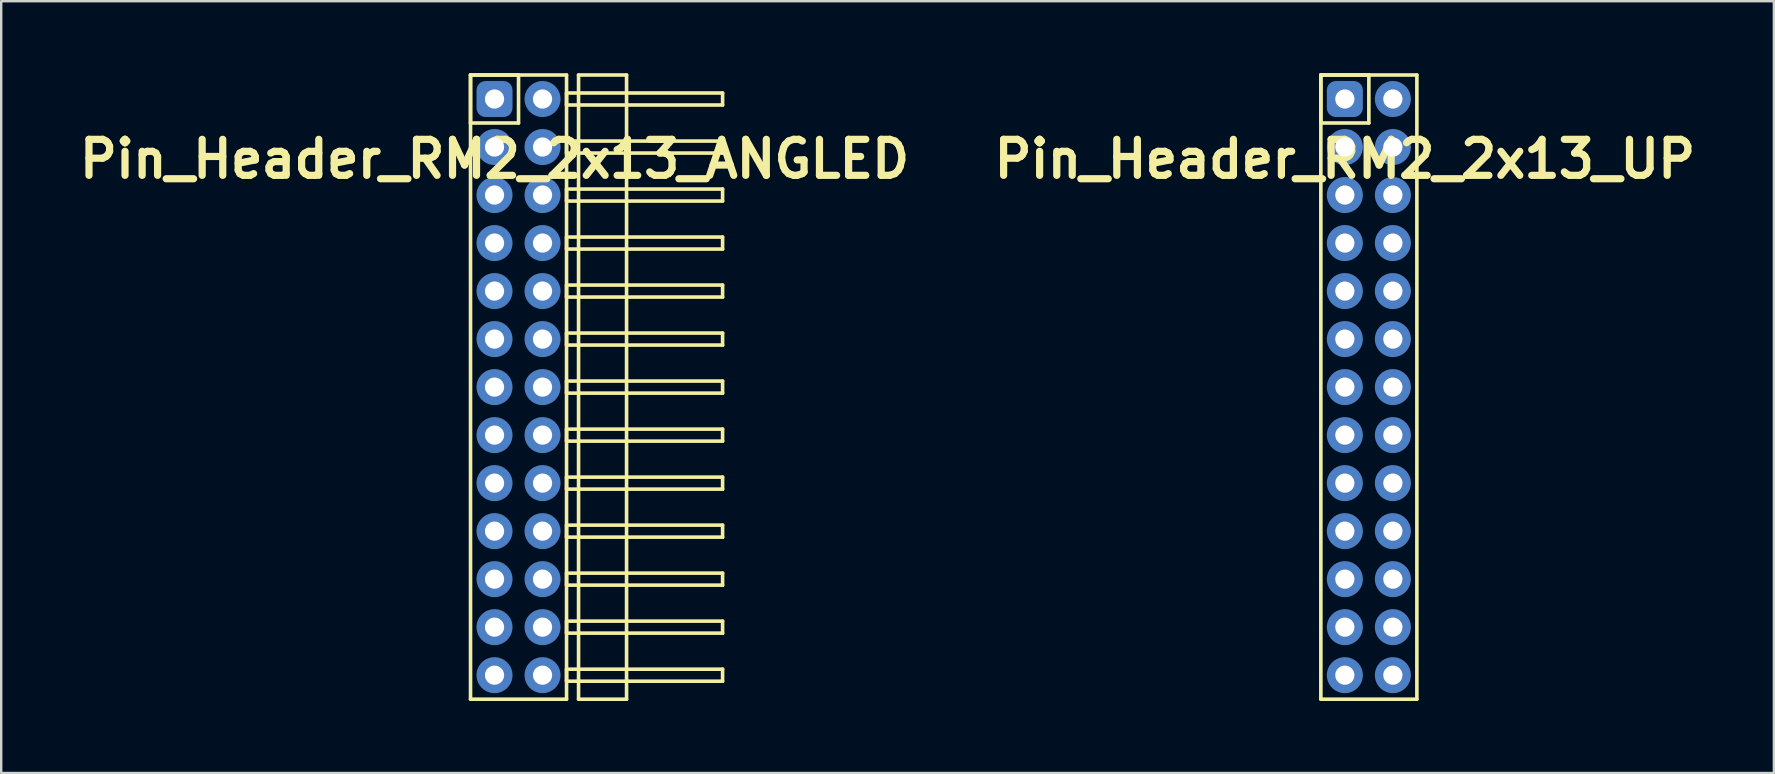
<source format=kicad_pcb>
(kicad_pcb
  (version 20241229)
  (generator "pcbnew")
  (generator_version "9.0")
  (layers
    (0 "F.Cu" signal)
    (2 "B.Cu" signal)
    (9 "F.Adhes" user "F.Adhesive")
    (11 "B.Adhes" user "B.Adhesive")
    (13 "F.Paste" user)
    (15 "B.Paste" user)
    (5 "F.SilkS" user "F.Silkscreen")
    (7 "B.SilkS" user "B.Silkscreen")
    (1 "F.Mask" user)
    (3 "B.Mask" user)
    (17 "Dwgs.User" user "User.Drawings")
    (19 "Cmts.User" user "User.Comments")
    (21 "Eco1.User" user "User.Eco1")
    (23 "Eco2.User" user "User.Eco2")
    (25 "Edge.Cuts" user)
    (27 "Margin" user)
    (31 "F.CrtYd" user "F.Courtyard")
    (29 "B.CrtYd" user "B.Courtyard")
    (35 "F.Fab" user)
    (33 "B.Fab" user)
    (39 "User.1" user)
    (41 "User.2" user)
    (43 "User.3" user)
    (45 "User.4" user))
  (footprint "Pin_Header_RM2_2x13_ANGLED"
    (layer "F.Cu")
    (at 17.55 1.075)
    (property "Reference" "Pin_Header_RM2_2x13_ANGLED" (at 0 2.5 0) (layer "F.SilkS") (effects (font (size 1.5 1.5) (thickness 0.3))))
    (attr through_hole)
    (fp_line (start -1 -1) (end 1 -1) (stroke (width 0.15) (type solid)) (layer "F.SilkS"))
    (fp_line (start -1 -1) (end 3 -1) (stroke (width 0.15) (type solid)) (layer "F.SilkS"))
    (fp_line (start -1 1) (end -1 -1) (stroke (width 0.15) (type solid)) (layer "F.SilkS"))
    (fp_line (start -1 25) (end -1 -1) (stroke (width 0.15) (type solid)) (layer "F.SilkS"))
    (fp_line (start 1 -1) (end 1 1) (stroke (width 0.15) (type solid)) (layer "F.SilkS"))
    (fp_line (start 1 1) (end -1 1) (stroke (width 0.15) (type solid)) (layer "F.SilkS"))
    (fp_line (start 3 -1) (end 3 25) (stroke (width 0.15) (type solid)) (layer "F.SilkS"))
    (fp_line (start 3 -0.25) (end 9.5 -0.25) (stroke (width 0.15) (type solid)) (layer "F.SilkS"))
    (fp_line (start 3 0.25) (end 3 -0.25) (stroke (width 0.15) (type solid)) (layer "F.SilkS"))
    (fp_line (start 3 1.75) (end 9.5 1.75) (stroke (width 0.15) (type solid)) (layer "F.SilkS"))
    (fp_line (start 3 2.25) (end 3 1.75) (stroke (width 0.15) (type solid)) (layer "F.SilkS"))
    (fp_line (start 3 3.75) (end 9.5 3.75) (stroke (width 0.15) (type solid)) (layer "F.SilkS"))
    (fp_line (start 3 4.25) (end 3 3.75) (stroke (width 0.15) (type solid)) (layer "F.SilkS"))
    (fp_line (start 3 5.75) (end 9.5 5.75) (stroke (width 0.15) (type solid)) (layer "F.SilkS"))
    (fp_line (start 3 6.25) (end 3 5.75) (stroke (width 0.15) (type solid)) (layer "F.SilkS"))
    (fp_line (start 3 7.75) (end 9.5 7.75) (stroke (width 0.15) (type solid)) (layer "F.SilkS"))
    (fp_line (start 3 8.25) (end 3 7.75) (stroke (width 0.15) (type solid)) (layer "F.SilkS"))
    (fp_line (start 3 9.75) (end 9.5 9.75) (stroke (width 0.15) (type solid)) (layer "F.SilkS"))
    (fp_line (start 3 10.25) (end 3 9.75) (stroke (width 0.15) (type solid)) (layer "F.SilkS"))
    (fp_line (start 3 11.75) (end 9.5 11.75) (stroke (width 0.15) (type solid)) (layer "F.SilkS"))
    (fp_line (start 3 12.25) (end 3 11.75) (stroke (width 0.15) (type solid)) (layer "F.SilkS"))
    (fp_line (start 3 13.75) (end 9.5 13.75) (stroke (width 0.15) (type solid)) (layer "F.SilkS"))
    (fp_line (start 3 14.25) (end 3 13.75) (stroke (width 0.15) (type solid)) (layer "F.SilkS"))
    (fp_line (start 3 15.75) (end 9.5 15.75) (stroke (width 0.15) (type solid)) (layer "F.SilkS"))
    (fp_line (start 3 16.25) (end 3 15.75) (stroke (width 0.15) (type solid)) (layer "F.SilkS"))
    (fp_line (start 3 17.75) (end 9.5 17.75) (stroke (width 0.15) (type solid)) (layer "F.SilkS"))
    (fp_line (start 3 18.25) (end 3 17.75) (stroke (width 0.15) (type solid)) (layer "F.SilkS"))
    (fp_line (start 3 19.75) (end 9.5 19.75) (stroke (width 0.15) (type solid)) (layer "F.SilkS"))
    (fp_line (start 3 20.25) (end 3 19.75) (stroke (width 0.15) (type solid)) (layer "F.SilkS"))
    (fp_line (start 3 21.75) (end 9.5 21.75) (stroke (width 0.15) (type solid)) (layer "F.SilkS"))
    (fp_line (start 3 22.25) (end 3 21.75) (stroke (width 0.15) (type solid)) (layer "F.SilkS"))
    (fp_line (start 3 23.75) (end 9.5 23.75) (stroke (width 0.15) (type solid)) (layer "F.SilkS"))
    (fp_line (start 3 24.25) (end 3 23.75) (stroke (width 0.15) (type solid)) (layer "F.SilkS"))
    (fp_line (start 3 25) (end -1 25) (stroke (width 0.15) (type solid)) (layer "F.SilkS"))
    (fp_line (start 3.5 -1) (end 5.5 -1) (stroke (width 0.15) (type solid)) (layer "F.SilkS"))
    (fp_line (start 3.5 25) (end 3.5 -1) (stroke (width 0.15) (type solid)) (layer "F.SilkS"))
    (fp_line (start 5.5 -1) (end 5.5 25) (stroke (width 0.15) (type solid)) (layer "F.SilkS"))
    (fp_line (start 5.5 25) (end 3.5 25) (stroke (width 0.15) (type solid)) (layer "F.SilkS"))
    (fp_line (start 9.5 -0.25) (end 9.5 0.25) (stroke (width 0.15) (type solid)) (layer "F.SilkS"))
    (fp_line (start 9.5 0.25) (end 3 0.25) (stroke (width 0.15) (type solid)) (layer "F.SilkS"))
    (fp_line (start 9.5 1.75) (end 9.5 2.25) (stroke (width 0.15) (type solid)) (layer "F.SilkS"))
    (fp_line (start 9.5 2.25) (end 3 2.25) (stroke (width 0.15) (type solid)) (layer "F.SilkS"))
    (fp_line (start 9.5 3.75) (end 9.5 4.25) (stroke (width 0.15) (type solid)) (layer "F.SilkS"))
    (fp_line (start 9.5 4.25) (end 3 4.25) (stroke (width 0.15) (type solid)) (layer "F.SilkS"))
    (fp_line (start 9.5 5.75) (end 9.5 6.25) (stroke (width 0.15) (type solid)) (layer "F.SilkS"))
    (fp_line (start 9.5 6.25) (end 3 6.25) (stroke (width 0.15) (type solid)) (layer "F.SilkS"))
    (fp_line (start 9.5 7.75) (end 9.5 8.25) (stroke (width 0.15) (type solid)) (layer "F.SilkS"))
    (fp_line (start 9.5 8.25) (end 3 8.25) (stroke (width 0.15) (type solid)) (layer "F.SilkS"))
    (fp_line (start 9.5 9.75) (end 9.5 10.25) (stroke (width 0.15) (type solid)) (layer "F.SilkS"))
    (fp_line (start 9.5 10.25) (end 3 10.25) (stroke (width 0.15) (type solid)) (layer "F.SilkS"))
    (fp_line (start 9.5 11.75) (end 9.5 12.25) (stroke (width 0.15) (type solid)) (layer "F.SilkS"))
    (fp_line (start 9.5 12.25) (end 3 12.25) (stroke (width 0.15) (type solid)) (layer "F.SilkS"))
    (fp_line (start 9.5 13.75) (end 9.5 14.25) (stroke (width 0.15) (type solid)) (layer "F.SilkS"))
    (fp_line (start 9.5 14.25) (end 3 14.25) (stroke (width 0.15) (type solid)) (layer "F.SilkS"))
    (fp_line (start 9.5 15.75) (end 9.5 16.25) (stroke (width 0.15) (type solid)) (layer "F.SilkS"))
    (fp_line (start 9.5 16.25) (end 3 16.25) (stroke (width 0.15) (type solid)) (layer "F.SilkS"))
    (fp_line (start 9.5 17.75) (end 9.5 18.25) (stroke (width 0.15) (type solid)) (layer "F.SilkS"))
    (fp_line (start 9.5 18.25) (end 3 18.25) (stroke (width 0.15) (type solid)) (layer "F.SilkS"))
    (fp_line (start 9.5 19.75) (end 9.5 20.25) (stroke (width 0.15) (type solid)) (layer "F.SilkS"))
    (fp_line (start 9.5 20.25) (end 3 20.25) (stroke (width 0.15) (type solid)) (layer "F.SilkS"))
    (fp_line (start 9.5 21.75) (end 9.5 22.25) (stroke (width 0.15) (type solid)) (layer "F.SilkS"))
    (fp_line (start 9.5 22.25) (end 3 22.25) (stroke (width 0.15) (type solid)) (layer "F.SilkS"))
    (fp_line (start 9.5 23.75) (end 9.5 24.25) (stroke (width 0.15) (type solid)) (layer "F.SilkS"))
    (fp_line (start 9.5 24.25) (end 3 24.25) (stroke (width 0.15) (type solid)) (layer "F.SilkS"))
    (pad "1" thru_hole circle (at 0 0) (size 1.1 1.1) (drill 0.8) (layers "*.Cu" "*.Mask"))
    (pad "1" smd roundrect (at 0 0) (size 1.25 1.25) (layers "F.Cu" "F.Mask") (roundrect_rratio 0.25))
    (pad "1" smd roundrect (at 0 0) (size 1.5 1.5) (layers "B.Cu" "B.Mask") (roundrect_rratio 0.25))
    (pad "2" thru_hole circle (at 2 0) (size 1.1 1.1) (drill 0.8) (layers "*.Cu" "*.Mask"))
    (pad "2" smd circle (at 2 0) (size 1.25 1.25) (layers "F.Cu" "F.Mask"))
    (pad "2" smd circle (at 2 0) (size 1.5 1.5) (layers "B.Cu" "B.Mask"))
    (pad "3" thru_hole circle (at 0 2) (size 1.1 1.1) (drill 0.8) (layers "*.Cu" "*.Mask"))
    (pad "3" smd circle (at 0 2) (size 1.25 1.25) (layers "F.Cu" "F.Mask"))
    (pad "3" smd circle (at 0 2) (size 1.5 1.5) (layers "B.Cu" "B.Mask"))
    (pad "4" thru_hole circle (at 2 2) (size 1.1 1.1) (drill 0.8) (layers "*.Cu" "*.Mask"))
    (pad "4" smd circle (at 2 2) (size 1.25 1.25) (layers "F.Cu" "F.Mask"))
    (pad "4" smd circle (at 2 2) (size 1.5 1.5) (layers "B.Cu" "B.Mask"))
    (pad "5" thru_hole circle (at 0 4) (size 1.1 1.1) (drill 0.8) (layers "*.Cu" "*.Mask"))
    (pad "5" smd circle (at 0 4) (size 1.25 1.25) (layers "F.Cu" "F.Mask"))
    (pad "5" smd circle (at 0 4) (size 1.5 1.5) (layers "B.Cu" "B.Mask"))
    (pad "6" thru_hole circle (at 2 4) (size 1.1 1.1) (drill 0.8) (layers "*.Cu" "*.Mask"))
    (pad "6" smd circle (at 2 4) (size 1.25 1.25) (layers "F.Cu" "F.Mask"))
    (pad "6" smd circle (at 2 4) (size 1.5 1.5) (layers "B.Cu" "B.Mask"))
    (pad "7" thru_hole circle (at 0 6) (size 1.1 1.1) (drill 0.8) (layers "*.Cu" "*.Mask"))
    (pad "7" smd circle (at 0 6) (size 1.25 1.25) (layers "F.Cu" "F.Mask"))
    (pad "7" smd circle (at 0 6) (size 1.5 1.5) (layers "B.Cu" "B.Mask"))
    (pad "8" thru_hole circle (at 2 6) (size 1.1 1.1) (drill 0.8) (layers "*.Cu" "*.Mask"))
    (pad "8" smd circle (at 2 6) (size 1.25 1.25) (layers "F.Cu" "F.Mask"))
    (pad "8" smd circle (at 2 6) (size 1.5 1.5) (layers "B.Cu" "B.Mask"))
    (pad "9" thru_hole circle (at 0 8) (size 1.1 1.1) (drill 0.8) (layers "*.Cu" "*.Mask"))
    (pad "9" smd circle (at 0 8) (size 1.25 1.25) (layers "F.Cu" "F.Mask"))
    (pad "9" smd circle (at 0 8) (size 1.5 1.5) (layers "B.Cu" "B.Mask"))
    (pad "10" thru_hole circle (at 2 8) (size 1.1 1.1) (drill 0.8) (layers "*.Cu" "*.Mask"))
    (pad "10" smd circle (at 2 8) (size 1.25 1.25) (layers "F.Cu" "F.Mask"))
    (pad "10" smd circle (at 2 8) (size 1.5 1.5) (layers "B.Cu" "B.Mask"))
    (pad "11" thru_hole circle (at 0 10) (size 1.1 1.1) (drill 0.8) (layers "*.Cu" "*.Mask"))
    (pad "11" smd circle (at 0 10) (size 1.25 1.25) (layers "F.Cu" "F.Mask"))
    (pad "11" smd circle (at 0 10) (size 1.5 1.5) (layers "B.Cu" "B.Mask"))
    (pad "12" thru_hole circle (at 2 10) (size 1.1 1.1) (drill 0.8) (layers "*.Cu" "*.Mask"))
    (pad "12" smd circle (at 2 10) (size 1.25 1.25) (layers "F.Cu" "F.Mask"))
    (pad "12" smd circle (at 2 10) (size 1.5 1.5) (layers "B.Cu" "B.Mask"))
    (pad "13" thru_hole circle (at 0 12) (size 1.1 1.1) (drill 0.8) (layers "*.Cu" "*.Mask"))
    (pad "13" smd circle (at 0 12) (size 1.25 1.25) (layers "F.Cu" "F.Mask"))
    (pad "13" smd circle (at 0 12) (size 1.5 1.5) (layers "B.Cu" "B.Mask"))
    (pad "14" thru_hole circle (at 2 12) (size 1.1 1.1) (drill 0.8) (layers "*.Cu" "*.Mask"))
    (pad "14" smd circle (at 2 12) (size 1.25 1.25) (layers "F.Cu" "F.Mask"))
    (pad "14" smd circle (at 2 12) (size 1.5 1.5) (layers "B.Cu" "B.Mask"))
    (pad "15" thru_hole circle (at 0 14) (size 1.1 1.1) (drill 0.8) (layers "*.Cu" "*.Mask"))
    (pad "15" smd circle (at 0 14) (size 1.25 1.25) (layers "F.Cu" "F.Mask"))
    (pad "15" smd circle (at 0 14) (size 1.5 1.5) (layers "B.Cu" "B.Mask"))
    (pad "16" thru_hole circle (at 2 14) (size 1.1 1.1) (drill 0.8) (layers "*.Cu" "*.Mask"))
    (pad "16" smd circle (at 2 14) (size 1.25 1.25) (layers "F.Cu" "F.Mask"))
    (pad "16" smd circle (at 2 14) (size 1.5 1.5) (layers "B.Cu" "B.Mask"))
    (pad "17" thru_hole circle (at 0 16) (size 1.1 1.1) (drill 0.8) (layers "*.Cu" "*.Mask"))
    (pad "17" smd circle (at 0 16) (size 1.25 1.25) (layers "F.Cu" "F.Mask"))
    (pad "17" smd circle (at 0 16) (size 1.5 1.5) (layers "B.Cu" "B.Mask"))
    (pad "18" thru_hole circle (at 2 16) (size 1.1 1.1) (drill 0.8) (layers "*.Cu" "*.Mask"))
    (pad "18" smd circle (at 2 16) (size 1.25 1.25) (layers "F.Cu" "F.Mask"))
    (pad "18" smd circle (at 2 16) (size 1.5 1.5) (layers "B.Cu" "B.Mask"))
    (pad "19" thru_hole circle (at 0 18) (size 1.1 1.1) (drill 0.8) (layers "*.Cu" "*.Mask"))
    (pad "19" smd circle (at 0 18) (size 1.25 1.25) (layers "F.Cu" "F.Mask"))
    (pad "19" smd circle (at 0 18) (size 1.5 1.5) (layers "B.Cu" "B.Mask"))
    (pad "20" thru_hole circle (at 2 18) (size 1.1 1.1) (drill 0.8) (layers "*.Cu" "*.Mask"))
    (pad "20" smd circle (at 2 18) (size 1.25 1.25) (layers "F.Cu" "F.Mask"))
    (pad "20" smd circle (at 2 18) (size 1.5 1.5) (layers "B.Cu" "B.Mask"))
    (pad "21" thru_hole circle (at 0 20) (size 1.1 1.1) (drill 0.8) (layers "*.Cu" "*.Mask"))
    (pad "21" smd circle (at 0 20) (size 1.25 1.25) (layers "F.Cu" "F.Mask"))
    (pad "21" smd circle (at 0 20) (size 1.5 1.5) (layers "B.Cu" "B.Mask"))
    (pad "22" thru_hole circle (at 2 20) (size 1.1 1.1) (drill 0.8) (layers "*.Cu" "*.Mask"))
    (pad "22" smd circle (at 2 20) (size 1.25 1.25) (layers "F.Cu" "F.Mask"))
    (pad "22" smd circle (at 2 20) (size 1.5 1.5) (layers "B.Cu" "B.Mask"))
    (pad "23" thru_hole circle (at 0 22) (size 1.1 1.1) (drill 0.8) (layers "*.Cu" "*.Mask"))
    (pad "23" smd circle (at 0 22) (size 1.25 1.25) (layers "F.Cu" "F.Mask"))
    (pad "23" smd circle (at 0 22) (size 1.5 1.5) (layers "B.Cu" "B.Mask"))
    (pad "24" thru_hole circle (at 2 22) (size 1.1 1.1) (drill 0.8) (layers "*.Cu" "*.Mask"))
    (pad "24" smd circle (at 2 22) (size 1.25 1.25) (layers "F.Cu" "F.Mask"))
    (pad "24" smd circle (at 2 22) (size 1.5 1.5) (layers "B.Cu" "B.Mask"))
    (pad "25" thru_hole circle (at 0 24) (size 1.1 1.1) (drill 0.8) (layers "*.Cu" "*.Mask"))
    (pad "25" smd circle (at 0 24) (size 1.25 1.25) (layers "F.Cu" "F.Mask"))
    (pad "25" smd circle (at 0 24) (size 1.5 1.5) (layers "B.Cu" "B.Mask"))
    (pad "26" thru_hole circle (at 2 24) (size 1.1 1.1) (drill 0.8) (layers "*.Cu" "*.Mask"))
    (pad "26" smd circle (at 2 24) (size 1.25 1.25) (layers "F.Cu" "F.Mask"))
    (pad "26" smd circle (at 2 24) (size 1.5 1.5) (layers "B.Cu" "B.Mask")))
  (footprint "Pin_Header_RM2_2x13_UP"
    (layer "F.Cu")
    (at 52.971 1.075)
    (property "Reference" "Pin_Header_RM2_2x13_UP" (at 0 2.5 0) (layer "F.SilkS") (effects (font (size 1.5 1.5) (thickness 0.3))))
    (attr through_hole)
    (fp_line (start -1 -1) (end 1 -1) (stroke (width 0.15) (type solid)) (layer "F.SilkS"))
    (fp_line (start -1 -1) (end 3 -1) (stroke (width 0.15) (type solid)) (layer "F.SilkS"))
    (fp_line (start -1 1) (end -1 -1) (stroke (width 0.15) (type solid)) (layer "F.SilkS"))
    (fp_line (start -1 25) (end -1 -1) (stroke (width 0.15) (type solid)) (layer "F.SilkS"))
    (fp_line (start 1 -1) (end 1 1) (stroke (width 0.15) (type solid)) (layer "F.SilkS"))
    (fp_line (start 1 1) (end -1 1) (stroke (width 0.15) (type solid)) (layer "F.SilkS"))
    (fp_line (start 3 -1) (end 3 25) (stroke (width 0.15) (type solid)) (layer "F.SilkS"))
    (fp_line (start 3 25) (end -1 25) (stroke (width 0.15) (type solid)) (layer "F.SilkS"))
    (pad "1" thru_hole circle (at 0 0) (size 1.1 1.1) (drill 0.8) (layers "*.Cu" "*.Mask"))
    (pad "1" smd roundrect (at 0 0) (size 1.25 1.25) (layers "F.Cu" "F.Mask") (roundrect_rratio 0.25))
    (pad "1" smd roundrect (at 0 0) (size 1.5 1.5) (layers "B.Cu" "B.Mask") (roundrect_rratio 0.25))
    (pad "2" thru_hole circle (at 2 0) (size 1.1 1.1) (drill 0.8) (layers "*.Cu" "*.Mask"))
    (pad "2" smd circle (at 2 0) (size 1.25 1.25) (layers "F.Cu" "F.Mask"))
    (pad "2" smd circle (at 2 0) (size 1.5 1.5) (layers "B.Cu" "B.Mask"))
    (pad "3" thru_hole circle (at 0 2) (size 1.1 1.1) (drill 0.8) (layers "*.Cu" "*.Mask"))
    (pad "3" smd circle (at 0 2) (size 1.25 1.25) (layers "F.Cu" "F.Mask"))
    (pad "3" smd circle (at 0 2) (size 1.5 1.5) (layers "B.Cu" "B.Mask"))
    (pad "4" thru_hole circle (at 2 2) (size 1.1 1.1) (drill 0.8) (layers "*.Cu" "*.Mask"))
    (pad "4" smd circle (at 2 2) (size 1.25 1.25) (layers "F.Cu" "F.Mask"))
    (pad "4" smd circle (at 2 2) (size 1.5 1.5) (layers "B.Cu" "B.Mask"))
    (pad "5" thru_hole circle (at 0 4) (size 1.1 1.1) (drill 0.8) (layers "*.Cu" "*.Mask"))
    (pad "5" smd circle (at 0 4) (size 1.25 1.25) (layers "F.Cu" "F.Mask"))
    (pad "5" smd circle (at 0 4) (size 1.5 1.5) (layers "B.Cu" "B.Mask"))
    (pad "6" thru_hole circle (at 2 4) (size 1.1 1.1) (drill 0.8) (layers "*.Cu" "*.Mask"))
    (pad "6" smd circle (at 2 4) (size 1.25 1.25) (layers "F.Cu" "F.Mask"))
    (pad "6" smd circle (at 2 4) (size 1.5 1.5) (layers "B.Cu" "B.Mask"))
    (pad "7" thru_hole circle (at 0 6) (size 1.1 1.1) (drill 0.8) (layers "*.Cu" "*.Mask"))
    (pad "7" smd circle (at 0 6) (size 1.25 1.25) (layers "F.Cu" "F.Mask"))
    (pad "7" smd circle (at 0 6) (size 1.5 1.5) (layers "B.Cu" "B.Mask"))
    (pad "8" thru_hole circle (at 2 6) (size 1.1 1.1) (drill 0.8) (layers "*.Cu" "*.Mask"))
    (pad "8" smd circle (at 2 6) (size 1.25 1.25) (layers "F.Cu" "F.Mask"))
    (pad "8" smd circle (at 2 6) (size 1.5 1.5) (layers "B.Cu" "B.Mask"))
    (pad "9" thru_hole circle (at 0 8) (size 1.1 1.1) (drill 0.8) (layers "*.Cu" "*.Mask"))
    (pad "9" smd circle (at 0 8) (size 1.25 1.25) (layers "F.Cu" "F.Mask"))
    (pad "9" smd circle (at 0 8) (size 1.5 1.5) (layers "B.Cu" "B.Mask"))
    (pad "10" thru_hole circle (at 2 8) (size 1.1 1.1) (drill 0.8) (layers "*.Cu" "*.Mask"))
    (pad "10" smd circle (at 2 8) (size 1.25 1.25) (layers "F.Cu" "F.Mask"))
    (pad "10" smd circle (at 2 8) (size 1.5 1.5) (layers "B.Cu" "B.Mask"))
    (pad "11" thru_hole circle (at 0 10) (size 1.1 1.1) (drill 0.8) (layers "*.Cu" "*.Mask"))
    (pad "11" smd circle (at 0 10) (size 1.25 1.25) (layers "F.Cu" "F.Mask"))
    (pad "11" smd circle (at 0 10) (size 1.5 1.5) (layers "B.Cu" "B.Mask"))
    (pad "12" thru_hole circle (at 2 10) (size 1.1 1.1) (drill 0.8) (layers "*.Cu" "*.Mask"))
    (pad "12" smd circle (at 2 10) (size 1.25 1.25) (layers "F.Cu" "F.Mask"))
    (pad "12" smd circle (at 2 10) (size 1.5 1.5) (layers "B.Cu" "B.Mask"))
    (pad "13" thru_hole circle (at 0 12) (size 1.1 1.1) (drill 0.8) (layers "*.Cu" "*.Mask"))
    (pad "13" smd circle (at 0 12) (size 1.25 1.25) (layers "F.Cu" "F.Mask"))
    (pad "13" smd circle (at 0 12) (size 1.5 1.5) (layers "B.Cu" "B.Mask"))
    (pad "14" thru_hole circle (at 2 12) (size 1.1 1.1) (drill 0.8) (layers "*.Cu" "*.Mask"))
    (pad "14" smd circle (at 2 12) (size 1.25 1.25) (layers "F.Cu" "F.Mask"))
    (pad "14" smd circle (at 2 12) (size 1.5 1.5) (layers "B.Cu" "B.Mask"))
    (pad "15" thru_hole circle (at 0 14) (size 1.1 1.1) (drill 0.8) (layers "*.Cu" "*.Mask"))
    (pad "15" smd circle (at 0 14) (size 1.25 1.25) (layers "F.Cu" "F.Mask"))
    (pad "15" smd circle (at 0 14) (size 1.5 1.5) (layers "B.Cu" "B.Mask"))
    (pad "16" thru_hole circle (at 2 14) (size 1.1 1.1) (drill 0.8) (layers "*.Cu" "*.Mask"))
    (pad "16" smd circle (at 2 14) (size 1.25 1.25) (layers "F.Cu" "F.Mask"))
    (pad "16" smd circle (at 2 14) (size 1.5 1.5) (layers "B.Cu" "B.Mask"))
    (pad "17" thru_hole circle (at 0 16) (size 1.1 1.1) (drill 0.8) (layers "*.Cu" "*.Mask"))
    (pad "17" smd circle (at 0 16) (size 1.25 1.25) (layers "F.Cu" "F.Mask"))
    (pad "17" smd circle (at 0 16) (size 1.5 1.5) (layers "B.Cu" "B.Mask"))
    (pad "18" thru_hole circle (at 2 16) (size 1.1 1.1) (drill 0.8) (layers "*.Cu" "*.Mask"))
    (pad "18" smd circle (at 2 16) (size 1.25 1.25) (layers "F.Cu" "F.Mask"))
    (pad "18" smd circle (at 2 16) (size 1.5 1.5) (layers "B.Cu" "B.Mask"))
    (pad "19" thru_hole circle (at 0 18) (size 1.1 1.1) (drill 0.8) (layers "*.Cu" "*.Mask"))
    (pad "19" smd circle (at 0 18) (size 1.25 1.25) (layers "F.Cu" "F.Mask"))
    (pad "19" smd circle (at 0 18) (size 1.5 1.5) (layers "B.Cu" "B.Mask"))
    (pad "20" thru_hole circle (at 2 18) (size 1.1 1.1) (drill 0.8) (layers "*.Cu" "*.Mask"))
    (pad "20" smd circle (at 2 18) (size 1.25 1.25) (layers "F.Cu" "F.Mask"))
    (pad "20" smd circle (at 2 18) (size 1.5 1.5) (layers "B.Cu" "B.Mask"))
    (pad "21" thru_hole circle (at 0 20) (size 1.1 1.1) (drill 0.8) (layers "*.Cu" "*.Mask"))
    (pad "21" smd circle (at 0 20) (size 1.25 1.25) (layers "F.Cu" "F.Mask"))
    (pad "21" smd circle (at 0 20) (size 1.5 1.5) (layers "B.Cu" "B.Mask"))
    (pad "22" thru_hole circle (at 2 20) (size 1.1 1.1) (drill 0.8) (layers "*.Cu" "*.Mask"))
    (pad "22" smd circle (at 2 20) (size 1.25 1.25) (layers "F.Cu" "F.Mask"))
    (pad "22" smd circle (at 2 20) (size 1.5 1.5) (layers "B.Cu" "B.Mask"))
    (pad "23" thru_hole circle (at 0 22) (size 1.1 1.1) (drill 0.8) (layers "*.Cu" "*.Mask"))
    (pad "23" smd circle (at 0 22) (size 1.25 1.25) (layers "F.Cu" "F.Mask"))
    (pad "23" smd circle (at 0 22) (size 1.5 1.5) (layers "B.Cu" "B.Mask"))
    (pad "24" thru_hole circle (at 2 22) (size 1.1 1.1) (drill 0.8) (layers "*.Cu" "*.Mask"))
    (pad "24" smd circle (at 2 22) (size 1.25 1.25) (layers "F.Cu" "F.Mask"))
    (pad "24" smd circle (at 2 22) (size 1.5 1.5) (layers "B.Cu" "B.Mask"))
    (pad "25" thru_hole circle (at 0 24) (size 1.1 1.1) (drill 0.8) (layers "*.Cu" "*.Mask"))
    (pad "25" smd circle (at 0 24) (size 1.25 1.25) (layers "F.Cu" "F.Mask"))
    (pad "25" smd circle (at 0 24) (size 1.5 1.5) (layers "B.Cu" "B.Mask"))
    (pad "26" thru_hole circle (at 2 24) (size 1.1 1.1) (drill 0.8) (layers "*.Cu" "*.Mask"))
    (pad "26" smd circle (at 2 24) (size 1.25 1.25) (layers "F.Cu" "F.Mask"))
    (pad "26" smd circle (at 2 24) (size 1.5 1.5) (layers "B.Cu" "B.Mask")))
  (gr_rect
    (start -3 -3)
    (end 70.843 29.15)
    (stroke (width 0.1) (type default))
    (fill no)
    (layer "Edge.Cuts")))
</source>
